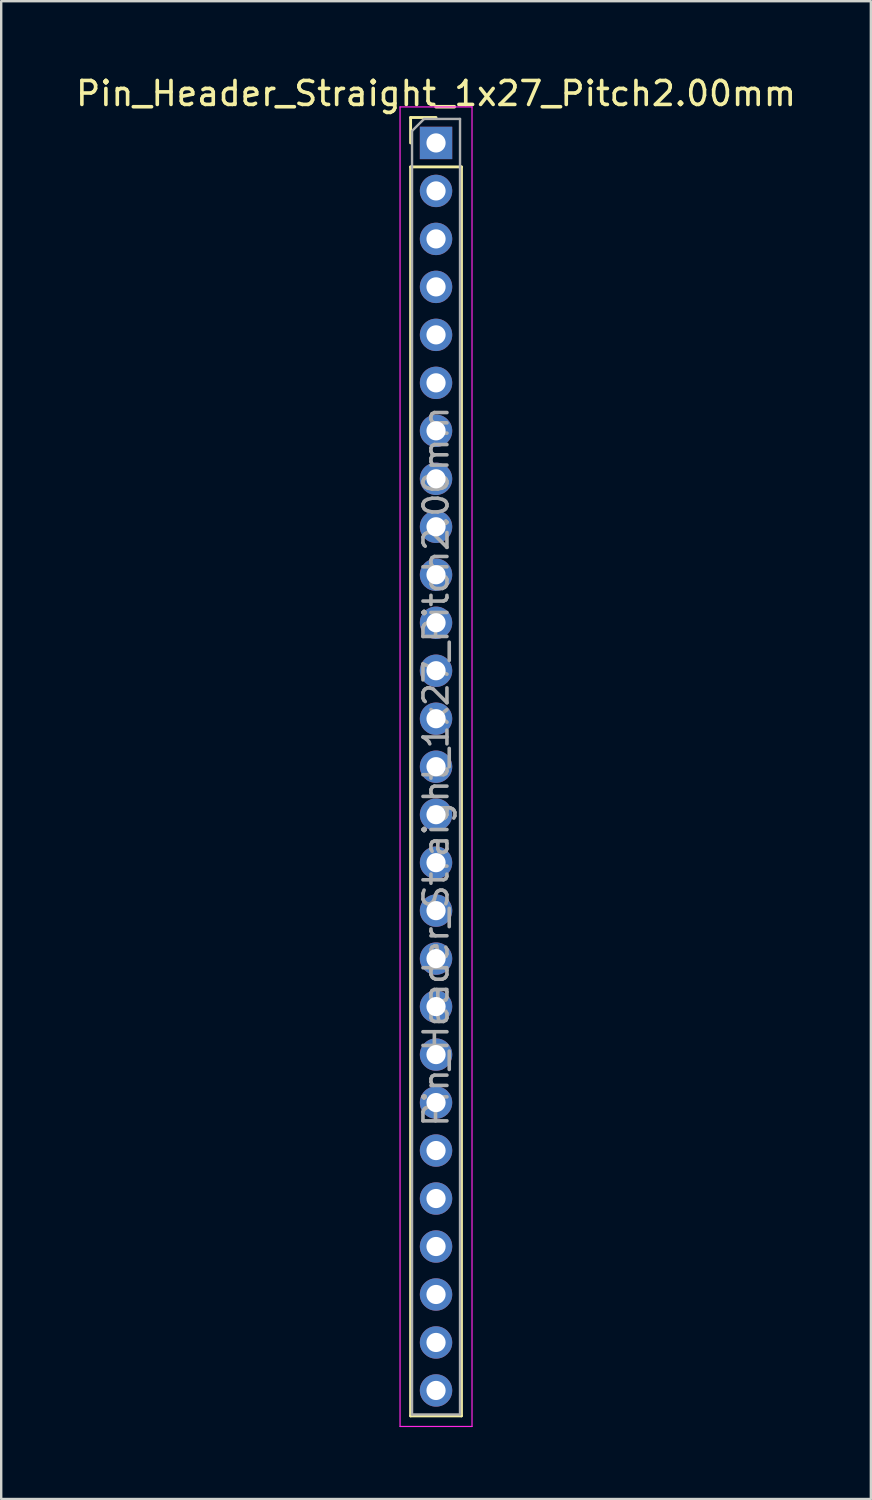
<source format=kicad_pcb>
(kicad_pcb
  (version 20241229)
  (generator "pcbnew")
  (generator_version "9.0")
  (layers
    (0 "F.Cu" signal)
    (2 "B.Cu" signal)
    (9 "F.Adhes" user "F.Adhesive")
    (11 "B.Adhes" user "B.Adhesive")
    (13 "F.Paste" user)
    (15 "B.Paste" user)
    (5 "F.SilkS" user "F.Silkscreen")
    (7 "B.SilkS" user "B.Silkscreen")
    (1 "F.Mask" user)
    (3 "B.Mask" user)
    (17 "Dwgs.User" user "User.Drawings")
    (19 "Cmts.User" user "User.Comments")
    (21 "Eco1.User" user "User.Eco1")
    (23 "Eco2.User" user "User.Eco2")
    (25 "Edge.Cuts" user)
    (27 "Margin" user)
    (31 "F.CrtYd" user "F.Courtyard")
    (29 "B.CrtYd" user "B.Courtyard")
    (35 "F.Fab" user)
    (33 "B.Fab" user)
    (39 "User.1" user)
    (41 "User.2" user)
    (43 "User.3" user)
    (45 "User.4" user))
  (footprint "Pin_Header_Straight_1x27_Pitch2.00mm"
    (layer "F.Cu")
    (at 15.125 2.908)
    (property "Reference" "Pin_Header_Straight_1x27_Pitch2.00mm" (at 0 -2.06 0) (layer "F.SilkS") (effects (font (size 1 1) (thickness 0.15))))
    (attr through_hole)
    (fp_line (start -1.06 -1.06) (end 0 -1.06) (stroke (width 0.12) (type solid)) (layer "F.SilkS"))
    (fp_line (start -1.06 0) (end -1.06 -1.06) (stroke (width 0.12) (type solid)) (layer "F.SilkS"))
    (fp_line (start -1.06 1) (end -1.06 53.06) (stroke (width 0.12) (type solid)) (layer "F.SilkS"))
    (fp_line (start -1.06 1) (end 1.06 1) (stroke (width 0.12) (type solid)) (layer "F.SilkS"))
    (fp_line (start -1.06 53.06) (end 1.06 53.06) (stroke (width 0.12) (type solid)) (layer "F.SilkS"))
    (fp_line (start 1.06 1) (end 1.06 53.06) (stroke (width 0.12) (type solid)) (layer "F.SilkS"))
    (fp_line (start -1.5 -1.5) (end -1.5 53.5) (stroke (width 0.05) (type solid)) (layer "F.CrtYd"))
    (fp_line (start -1.5 53.5) (end 1.5 53.5) (stroke (width 0.05) (type solid)) (layer "F.CrtYd"))
    (fp_line (start 1.5 -1.5) (end -1.5 -1.5) (stroke (width 0.05) (type solid)) (layer "F.CrtYd"))
    (fp_line (start 1.5 53.5) (end 1.5 -1.5) (stroke (width 0.05) (type solid)) (layer "F.CrtYd"))
    (fp_line (start -1 -0.5) (end -0.5 -1) (stroke (width 0.1) (type solid)) (layer "F.Fab"))
    (fp_line (start -1 53) (end -1 -0.5) (stroke (width 0.1) (type solid)) (layer "F.Fab"))
    (fp_line (start -0.5 -1) (end 1 -1) (stroke (width 0.1) (type solid)) (layer "F.Fab"))
    (fp_line (start 1 -1) (end 1 53) (stroke (width 0.1) (type solid)) (layer "F.Fab"))
    (fp_line (start 1 53) (end -1 53) (stroke (width 0.1) (type solid)) (layer "F.Fab"))
    (fp_text user "${REFERENCE}" (at 0 26 90) (layer "F.Fab") (effects (font (size 1 1) (thickness 0.15))))
    (pad "1" thru_hole rect (at 0 0) (size 1.35 1.35) (drill 0.8) (layers "*.Cu" "*.Mask"))
    (pad "2" thru_hole oval (at 0 2) (size 1.35 1.35) (drill 0.8) (layers "*.Cu" "*.Mask"))
    (pad "3" thru_hole oval (at 0 4) (size 1.35 1.35) (drill 0.8) (layers "*.Cu" "*.Mask"))
    (pad "4" thru_hole oval (at 0 6) (size 1.35 1.35) (drill 0.8) (layers "*.Cu" "*.Mask"))
    (pad "5" thru_hole oval (at 0 8) (size 1.35 1.35) (drill 0.8) (layers "*.Cu" "*.Mask"))
    (pad "6" thru_hole oval (at 0 10) (size 1.35 1.35) (drill 0.8) (layers "*.Cu" "*.Mask"))
    (pad "7" thru_hole oval (at 0 12) (size 1.35 1.35) (drill 0.8) (layers "*.Cu" "*.Mask"))
    (pad "8" thru_hole oval (at 0 14) (size 1.35 1.35) (drill 0.8) (layers "*.Cu" "*.Mask"))
    (pad "9" thru_hole oval (at 0 16) (size 1.35 1.35) (drill 0.8) (layers "*.Cu" "*.Mask"))
    (pad "10" thru_hole oval (at 0 18) (size 1.35 1.35) (drill 0.8) (layers "*.Cu" "*.Mask"))
    (pad "11" thru_hole oval (at 0 20) (size 1.35 1.35) (drill 0.8) (layers "*.Cu" "*.Mask"))
    (pad "12" thru_hole oval (at 0 22) (size 1.35 1.35) (drill 0.8) (layers "*.Cu" "*.Mask"))
    (pad "13" thru_hole oval (at 0 24) (size 1.35 1.35) (drill 0.8) (layers "*.Cu" "*.Mask"))
    (pad "14" thru_hole oval (at 0 26) (size 1.35 1.35) (drill 0.8) (layers "*.Cu" "*.Mask"))
    (pad "15" thru_hole oval (at 0 28) (size 1.35 1.35) (drill 0.8) (layers "*.Cu" "*.Mask"))
    (pad "16" thru_hole oval (at 0 30) (size 1.35 1.35) (drill 0.8) (layers "*.Cu" "*.Mask"))
    (pad "17" thru_hole oval (at 0 32) (size 1.35 1.35) (drill 0.8) (layers "*.Cu" "*.Mask"))
    (pad "18" thru_hole oval (at 0 34) (size 1.35 1.35) (drill 0.8) (layers "*.Cu" "*.Mask"))
    (pad "19" thru_hole oval (at 0 36) (size 1.35 1.35) (drill 0.8) (layers "*.Cu" "*.Mask"))
    (pad "20" thru_hole oval (at 0 38) (size 1.35 1.35) (drill 0.8) (layers "*.Cu" "*.Mask"))
    (pad "21" thru_hole oval (at 0 40) (size 1.35 1.35) (drill 0.8) (layers "*.Cu" "*.Mask"))
    (pad "22" thru_hole oval (at 0 42) (size 1.35 1.35) (drill 0.8) (layers "*.Cu" "*.Mask"))
    (pad "23" thru_hole oval (at 0 44) (size 1.35 1.35) (drill 0.8) (layers "*.Cu" "*.Mask"))
    (pad "24" thru_hole oval (at 0 46) (size 1.35 1.35) (drill 0.8) (layers "*.Cu" "*.Mask"))
    (pad "25" thru_hole oval (at 0 48) (size 1.35 1.35) (drill 0.8) (layers "*.Cu" "*.Mask"))
    (pad "26" thru_hole oval (at 0 50) (size 1.35 1.35) (drill 0.8) (layers "*.Cu" "*.Mask"))
    (pad "27" thru_hole oval (at 0 52) (size 1.35 1.35) (drill 0.8) (layers "*.Cu" "*.Mask")))
  (gr_rect
    (start -3 -3)
    (end 33.25 59.433)
    (stroke (width 0.1) (type default))
    (fill no)
    (layer "Edge.Cuts")))
</source>
